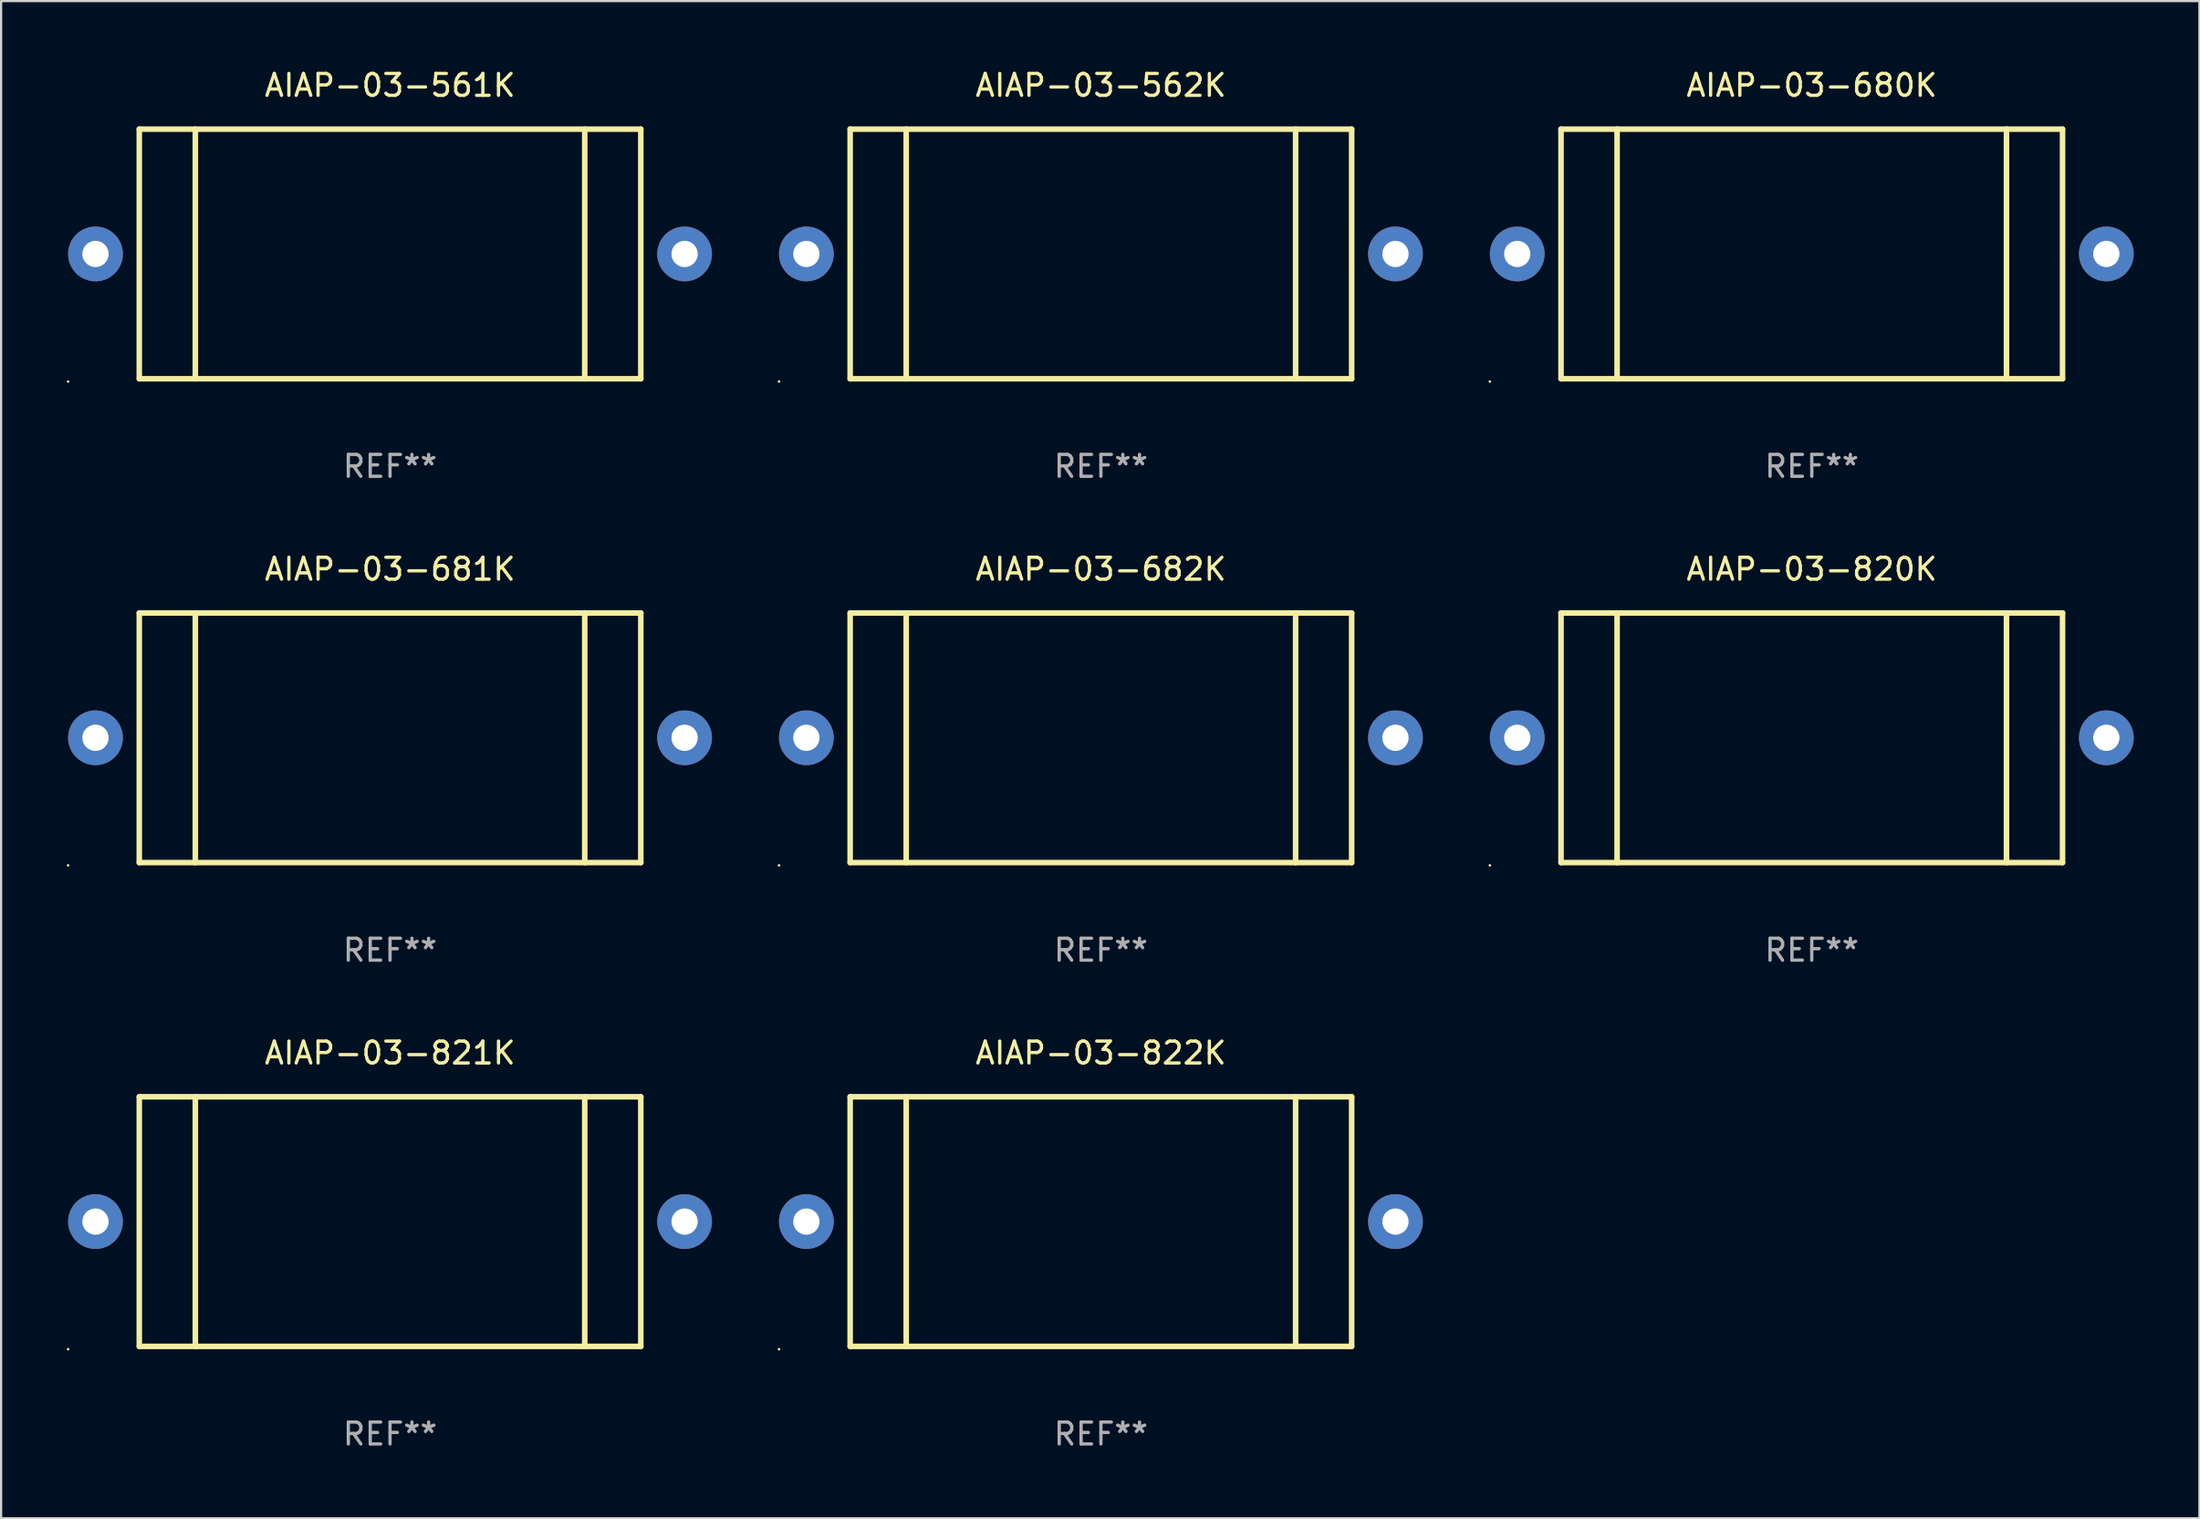
<source format=kicad_pcb>
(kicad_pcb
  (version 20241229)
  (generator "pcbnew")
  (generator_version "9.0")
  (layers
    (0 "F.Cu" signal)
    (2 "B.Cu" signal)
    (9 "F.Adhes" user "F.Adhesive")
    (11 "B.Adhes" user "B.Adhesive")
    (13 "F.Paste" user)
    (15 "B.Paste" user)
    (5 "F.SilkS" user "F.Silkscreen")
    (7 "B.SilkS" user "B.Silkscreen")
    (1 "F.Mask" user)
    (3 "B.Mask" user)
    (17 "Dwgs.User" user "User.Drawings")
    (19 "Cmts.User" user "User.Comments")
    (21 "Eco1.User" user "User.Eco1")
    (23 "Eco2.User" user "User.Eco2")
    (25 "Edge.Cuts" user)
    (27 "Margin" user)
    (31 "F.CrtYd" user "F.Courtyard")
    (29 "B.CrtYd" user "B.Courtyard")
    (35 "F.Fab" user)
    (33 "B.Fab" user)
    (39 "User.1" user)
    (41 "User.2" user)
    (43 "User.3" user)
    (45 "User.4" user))
  (footprint "AIAP-03-561K"
    (layer "F.Cu")
    (at 14.76 8.548)
    (property "Reference" "AIAP-03-561K" (at 0 -7.7 0) (layer "F.SilkS") (effects (font (size 1 1) (thickness 0.15))))
    (attr through_hole)
    (fp_line (start -11.45 -5.7) (end 11.45 -5.7) (stroke (width 0.254) (type solid)) (layer "F.SilkS"))
    (fp_line (start -11.45 5.7) (end -11.45 -5.7) (stroke (width 0.254) (type solid)) (layer "F.SilkS"))
    (fp_line (start -8.89 5.7) (end -8.89 -5.7) (stroke (width 0.254) (type solid)) (layer "F.SilkS"))
    (fp_line (start 8.89 5.7) (end 8.89 -5.7) (stroke (width 0.254) (type solid)) (layer "F.SilkS"))
    (fp_line (start 11.45 -5.7) (end 11.45 5.7) (stroke (width 0.254) (type solid)) (layer "F.SilkS"))
    (fp_line (start 11.45 5.7) (end -11.45 5.7) (stroke (width 0.254) (type solid)) (layer "F.SilkS"))
    (fp_circle (center -14.7 5.827) (end -14.67 5.827) (stroke (width 0.06) (type solid)) (fill no) (layer "F.SilkS"))
    (fp_text user "REF**" (at 0 9.7 0) (layer "F.Fab") (effects (font (size 1 1) (thickness 0.15))))
    (pad "1" thru_hole circle (at -13.45 0) (size 2.5 2.5) (drill 1.2) (layers "*.Cu" "*.Mask"))
    (pad "2" thru_hole circle (at 13.45 0) (size 2.5 2.5) (drill 1.2) (layers "*.Cu" "*.Mask")))
  (footprint "AIAP-03-822K"
    (layer "F.Cu")
    (at 47.22 52.741)
    (property "Reference" "AIAP-03-822K" (at 0 -7.7 0) (layer "F.SilkS") (effects (font (size 1 1) (thickness 0.15))))
    (attr through_hole)
    (fp_line (start -11.45 -5.7) (end 11.45 -5.7) (stroke (width 0.254) (type solid)) (layer "F.SilkS"))
    (fp_line (start -11.45 5.7) (end -11.45 -5.7) (stroke (width 0.254) (type solid)) (layer "F.SilkS"))
    (fp_line (start -8.89 5.7) (end -8.89 -5.7) (stroke (width 0.254) (type solid)) (layer "F.SilkS"))
    (fp_line (start 8.89 5.7) (end 8.89 -5.7) (stroke (width 0.254) (type solid)) (layer "F.SilkS"))
    (fp_line (start 11.45 -5.7) (end 11.45 5.7) (stroke (width 0.254) (type solid)) (layer "F.SilkS"))
    (fp_line (start 11.45 5.7) (end -11.45 5.7) (stroke (width 0.254) (type solid)) (layer "F.SilkS"))
    (fp_circle (center -14.7 5.827) (end -14.67 5.827) (stroke (width 0.06) (type solid)) (fill no) (layer "F.SilkS"))
    (fp_text user "REF**" (at 0 9.7 0) (layer "F.Fab") (effects (font (size 1 1) (thickness 0.15))))
    (pad "1" thru_hole circle (at -13.45 0) (size 2.5 2.5) (drill 1.2) (layers "*.Cu" "*.Mask"))
    (pad "2" thru_hole circle (at 13.45 0) (size 2.5 2.5) (drill 1.2) (layers "*.Cu" "*.Mask")))
  (footprint "AIAP-03-821K"
    (layer "F.Cu")
    (at 14.76 52.741)
    (property "Reference" "AIAP-03-821K" (at 0 -7.7 0) (layer "F.SilkS") (effects (font (size 1 1) (thickness 0.15))))
    (attr through_hole)
    (fp_line (start -11.45 -5.7) (end 11.45 -5.7) (stroke (width 0.254) (type solid)) (layer "F.SilkS"))
    (fp_line (start -11.45 5.7) (end -11.45 -5.7) (stroke (width 0.254) (type solid)) (layer "F.SilkS"))
    (fp_line (start -8.89 5.7) (end -8.89 -5.7) (stroke (width 0.254) (type solid)) (layer "F.SilkS"))
    (fp_line (start 8.89 5.7) (end 8.89 -5.7) (stroke (width 0.254) (type solid)) (layer "F.SilkS"))
    (fp_line (start 11.45 -5.7) (end 11.45 5.7) (stroke (width 0.254) (type solid)) (layer "F.SilkS"))
    (fp_line (start 11.45 5.7) (end -11.45 5.7) (stroke (width 0.254) (type solid)) (layer "F.SilkS"))
    (fp_circle (center -14.7 5.827) (end -14.67 5.827) (stroke (width 0.06) (type solid)) (fill no) (layer "F.SilkS"))
    (fp_text user "REF**" (at 0 9.7 0) (layer "F.Fab") (effects (font (size 1 1) (thickness 0.15))))
    (pad "1" thru_hole circle (at -13.45 0) (size 2.5 2.5) (drill 1.2) (layers "*.Cu" "*.Mask"))
    (pad "2" thru_hole circle (at 13.45 0) (size 2.5 2.5) (drill 1.2) (layers "*.Cu" "*.Mask")))
  (footprint "AIAP-03-682K"
    (layer "F.Cu")
    (at 47.22 30.645)
    (property "Reference" "AIAP-03-682K" (at 0 -7.7 0) (layer "F.SilkS") (effects (font (size 1 1) (thickness 0.15))))
    (attr through_hole)
    (fp_line (start -11.45 -5.7) (end 11.45 -5.7) (stroke (width 0.254) (type solid)) (layer "F.SilkS"))
    (fp_line (start -11.45 5.7) (end -11.45 -5.7) (stroke (width 0.254) (type solid)) (layer "F.SilkS"))
    (fp_line (start -8.89 5.7) (end -8.89 -5.7) (stroke (width 0.254) (type solid)) (layer "F.SilkS"))
    (fp_line (start 8.89 5.7) (end 8.89 -5.7) (stroke (width 0.254) (type solid)) (layer "F.SilkS"))
    (fp_line (start 11.45 -5.7) (end 11.45 5.7) (stroke (width 0.254) (type solid)) (layer "F.SilkS"))
    (fp_line (start 11.45 5.7) (end -11.45 5.7) (stroke (width 0.254) (type solid)) (layer "F.SilkS"))
    (fp_circle (center -14.7 5.827) (end -14.67 5.827) (stroke (width 0.06) (type solid)) (fill no) (layer "F.SilkS"))
    (fp_text user "REF**" (at 0 9.7 0) (layer "F.Fab") (effects (font (size 1 1) (thickness 0.15))))
    (pad "1" thru_hole circle (at -13.45 0) (size 2.5 2.5) (drill 1.2) (layers "*.Cu" "*.Mask"))
    (pad "2" thru_hole circle (at 13.45 0) (size 2.5 2.5) (drill 1.2) (layers "*.Cu" "*.Mask")))
  (footprint "AIAP-03-562K"
    (layer "F.Cu")
    (at 47.22 8.548)
    (property "Reference" "AIAP-03-562K" (at 0 -7.7 0) (layer "F.SilkS") (effects (font (size 1 1) (thickness 0.15))))
    (attr through_hole)
    (fp_line (start -11.45 -5.7) (end 11.45 -5.7) (stroke (width 0.254) (type solid)) (layer "F.SilkS"))
    (fp_line (start -11.45 5.7) (end -11.45 -5.7) (stroke (width 0.254) (type solid)) (layer "F.SilkS"))
    (fp_line (start -8.89 5.7) (end -8.89 -5.7) (stroke (width 0.254) (type solid)) (layer "F.SilkS"))
    (fp_line (start 8.89 5.7) (end 8.89 -5.7) (stroke (width 0.254) (type solid)) (layer "F.SilkS"))
    (fp_line (start 11.45 -5.7) (end 11.45 5.7) (stroke (width 0.254) (type solid)) (layer "F.SilkS"))
    (fp_line (start 11.45 5.7) (end -11.45 5.7) (stroke (width 0.254) (type solid)) (layer "F.SilkS"))
    (fp_circle (center -14.7 5.827) (end -14.67 5.827) (stroke (width 0.06) (type solid)) (fill no) (layer "F.SilkS"))
    (fp_text user "REF**" (at 0 9.7 0) (layer "F.Fab") (effects (font (size 1 1) (thickness 0.15))))
    (pad "1" thru_hole circle (at -13.45 0) (size 2.5 2.5) (drill 1.2) (layers "*.Cu" "*.Mask"))
    (pad "2" thru_hole circle (at 13.45 0) (size 2.5 2.5) (drill 1.2) (layers "*.Cu" "*.Mask")))
  (footprint "AIAP-03-820K"
    (layer "F.Cu")
    (at 79.68 30.645)
    (property "Reference" "AIAP-03-820K" (at 0 -7.7 0) (layer "F.SilkS") (effects (font (size 1 1) (thickness 0.15))))
    (attr through_hole)
    (fp_line (start -11.45 -5.7) (end 11.45 -5.7) (stroke (width 0.254) (type solid)) (layer "F.SilkS"))
    (fp_line (start -11.45 5.7) (end -11.45 -5.7) (stroke (width 0.254) (type solid)) (layer "F.SilkS"))
    (fp_line (start -8.89 5.7) (end -8.89 -5.7) (stroke (width 0.254) (type solid)) (layer "F.SilkS"))
    (fp_line (start 8.89 5.7) (end 8.89 -5.7) (stroke (width 0.254) (type solid)) (layer "F.SilkS"))
    (fp_line (start 11.45 -5.7) (end 11.45 5.7) (stroke (width 0.254) (type solid)) (layer "F.SilkS"))
    (fp_line (start 11.45 5.7) (end -11.45 5.7) (stroke (width 0.254) (type solid)) (layer "F.SilkS"))
    (fp_circle (center -14.7 5.827) (end -14.67 5.827) (stroke (width 0.06) (type solid)) (fill no) (layer "F.SilkS"))
    (fp_text user "REF**" (at 0 9.7 0) (layer "F.Fab") (effects (font (size 1 1) (thickness 0.15))))
    (pad "1" thru_hole circle (at -13.45 0) (size 2.5 2.5) (drill 1.2) (layers "*.Cu" "*.Mask"))
    (pad "2" thru_hole circle (at 13.45 0) (size 2.5 2.5) (drill 1.2) (layers "*.Cu" "*.Mask")))
  (footprint "AIAP-03-681K"
    (layer "F.Cu")
    (at 14.76 30.645)
    (property "Reference" "AIAP-03-681K" (at 0 -7.7 0) (layer "F.SilkS") (effects (font (size 1 1) (thickness 0.15))))
    (attr through_hole)
    (fp_line (start -11.45 -5.7) (end 11.45 -5.7) (stroke (width 0.254) (type solid)) (layer "F.SilkS"))
    (fp_line (start -11.45 5.7) (end -11.45 -5.7) (stroke (width 0.254) (type solid)) (layer "F.SilkS"))
    (fp_line (start -8.89 5.7) (end -8.89 -5.7) (stroke (width 0.254) (type solid)) (layer "F.SilkS"))
    (fp_line (start 8.89 5.7) (end 8.89 -5.7) (stroke (width 0.254) (type solid)) (layer "F.SilkS"))
    (fp_line (start 11.45 -5.7) (end 11.45 5.7) (stroke (width 0.254) (type solid)) (layer "F.SilkS"))
    (fp_line (start 11.45 5.7) (end -11.45 5.7) (stroke (width 0.254) (type solid)) (layer "F.SilkS"))
    (fp_circle (center -14.7 5.827) (end -14.67 5.827) (stroke (width 0.06) (type solid)) (fill no) (layer "F.SilkS"))
    (fp_text user "REF**" (at 0 9.7 0) (layer "F.Fab") (effects (font (size 1 1) (thickness 0.15))))
    (pad "1" thru_hole circle (at -13.45 0) (size 2.5 2.5) (drill 1.2) (layers "*.Cu" "*.Mask"))
    (pad "2" thru_hole circle (at 13.45 0) (size 2.5 2.5) (drill 1.2) (layers "*.Cu" "*.Mask")))
  (footprint "AIAP-03-680K"
    (layer "F.Cu")
    (at 79.68 8.548)
    (property "Reference" "AIAP-03-680K" (at 0 -7.7 0) (layer "F.SilkS") (effects (font (size 1 1) (thickness 0.15))))
    (attr through_hole)
    (fp_line (start -11.45 -5.7) (end 11.45 -5.7) (stroke (width 0.254) (type solid)) (layer "F.SilkS"))
    (fp_line (start -11.45 5.7) (end -11.45 -5.7) (stroke (width 0.254) (type solid)) (layer "F.SilkS"))
    (fp_line (start -8.89 5.7) (end -8.89 -5.7) (stroke (width 0.254) (type solid)) (layer "F.SilkS"))
    (fp_line (start 8.89 5.7) (end 8.89 -5.7) (stroke (width 0.254) (type solid)) (layer "F.SilkS"))
    (fp_line (start 11.45 -5.7) (end 11.45 5.7) (stroke (width 0.254) (type solid)) (layer "F.SilkS"))
    (fp_line (start 11.45 5.7) (end -11.45 5.7) (stroke (width 0.254) (type solid)) (layer "F.SilkS"))
    (fp_circle (center -14.7 5.827) (end -14.67 5.827) (stroke (width 0.06) (type solid)) (fill no) (layer "F.SilkS"))
    (fp_text user "REF**" (at 0 9.7 0) (layer "F.Fab") (effects (font (size 1 1) (thickness 0.15))))
    (pad "1" thru_hole circle (at -13.45 0) (size 2.5 2.5) (drill 1.2) (layers "*.Cu" "*.Mask"))
    (pad "2" thru_hole circle (at 13.45 0) (size 2.5 2.5) (drill 1.2) (layers "*.Cu" "*.Mask")))
  (gr_rect
    (start -3 -3)
    (end 97.38 66.29)
    (stroke (width 0.1) (type default))
    (fill no)
    (layer "Edge.Cuts")))
</source>
